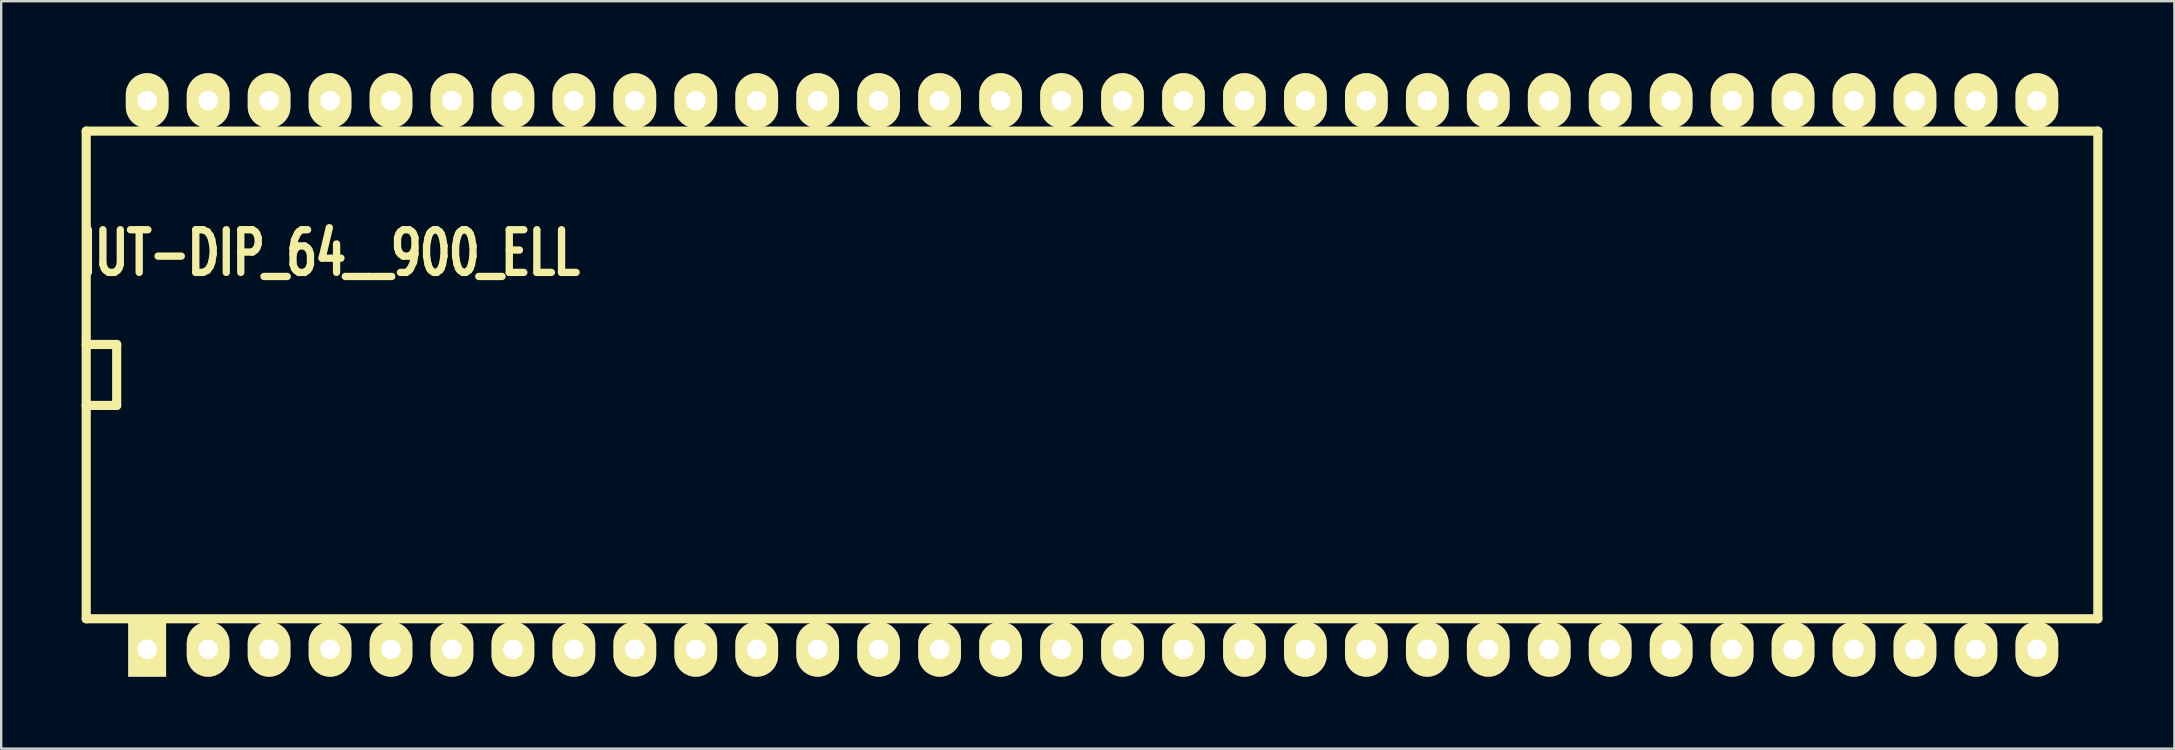
<source format=kicad_pcb>
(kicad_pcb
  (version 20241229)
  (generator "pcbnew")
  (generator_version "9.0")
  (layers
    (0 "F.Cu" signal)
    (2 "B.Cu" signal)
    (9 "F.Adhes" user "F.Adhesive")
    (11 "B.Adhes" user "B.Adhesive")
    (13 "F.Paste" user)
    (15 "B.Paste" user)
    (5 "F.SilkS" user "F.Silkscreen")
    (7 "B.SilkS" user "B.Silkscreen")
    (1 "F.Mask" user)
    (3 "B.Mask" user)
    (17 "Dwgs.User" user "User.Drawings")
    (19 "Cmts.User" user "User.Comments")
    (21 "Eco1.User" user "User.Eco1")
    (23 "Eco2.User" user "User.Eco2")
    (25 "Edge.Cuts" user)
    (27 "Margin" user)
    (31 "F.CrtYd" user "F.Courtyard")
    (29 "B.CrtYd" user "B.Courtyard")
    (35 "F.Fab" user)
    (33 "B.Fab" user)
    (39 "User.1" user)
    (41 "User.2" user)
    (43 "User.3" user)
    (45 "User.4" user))
  (footprint "IUT-DIP_64__900_ELL"
    (layer "F.Cu")
    (at 42.452 12.573)
    (property "Reference" "IUT-DIP_64__900_ELL" (at -31.75 -5.08 0) (layer "F.SilkS") (effects (font (size 1.778 1.27) (thickness 0.305))))
    (attr through_hole)
    (fp_line (start -41.91 -10.16) (end 41.91 -10.16) (stroke (width 0.381) (type solid)) (layer "F.SilkS"))
    (fp_line (start -41.91 1.27) (end -40.64 1.27) (stroke (width 0.381) (type solid)) (layer "F.SilkS"))
    (fp_line (start -41.91 10.16) (end -41.91 -10.16) (stroke (width 0.381) (type solid)) (layer "F.SilkS"))
    (fp_line (start -40.64 -1.27) (end -41.91 -1.27) (stroke (width 0.381) (type solid)) (layer "F.SilkS"))
    (fp_line (start -40.64 1.27) (end -40.64 -1.27) (stroke (width 0.381) (type solid)) (layer "F.SilkS"))
    (fp_line (start 41.91 -10.16) (end 41.91 10.16) (stroke (width 0.381) (type solid)) (layer "F.SilkS"))
    (fp_line (start 41.91 10.16) (end -41.91 10.16) (stroke (width 0.381) (type solid)) (layer "F.SilkS"))
    (pad "1" thru_hole rect (at -39.37 11.43) (size 1.575 2.286) (drill 0.813) (layers "*.Cu" "*.Mask" "F.SilkS"))
    (pad "2" thru_hole oval (at -36.83 11.43) (size 1.778 2.286) (drill 0.813) (layers "*.Cu" "*.Mask" "F.SilkS"))
    (pad "3" thru_hole oval (at -34.29 11.43) (size 1.778 2.286) (drill 0.813) (layers "*.Cu" "*.Mask" "F.SilkS"))
    (pad "4" thru_hole oval (at -31.75 11.43) (size 1.778 2.286) (drill 0.813) (layers "*.Cu" "*.Mask" "F.SilkS"))
    (pad "5" thru_hole oval (at -29.21 11.43) (size 1.778 2.286) (drill 0.813) (layers "*.Cu" "*.Mask" "F.SilkS"))
    (pad "6" thru_hole oval (at -26.67 11.43) (size 1.778 2.286) (drill 0.813) (layers "*.Cu" "*.Mask" "F.SilkS"))
    (pad "7" thru_hole oval (at -24.13 11.43) (size 1.778 2.286) (drill 0.813) (layers "*.Cu" "*.Mask" "F.SilkS"))
    (pad "8" thru_hole oval (at -21.59 11.43) (size 1.778 2.286) (drill 0.813) (layers "*.Cu" "*.Mask" "F.SilkS"))
    (pad "9" thru_hole oval (at -19.05 11.43) (size 1.778 2.286) (drill 0.813) (layers "*.Cu" "*.Mask" "F.SilkS"))
    (pad "10" thru_hole oval (at -16.51 11.43) (size 1.778 2.286) (drill 0.813) (layers "*.Cu" "*.Mask" "F.SilkS"))
    (pad "11" thru_hole oval (at -13.97 11.43) (size 1.778 2.286) (drill 0.813) (layers "*.Cu" "*.Mask" "F.SilkS"))
    (pad "12" thru_hole oval (at -11.43 11.43) (size 1.778 2.286) (drill 0.813) (layers "*.Cu" "*.Mask" "F.SilkS"))
    (pad "13" thru_hole oval (at -8.89 11.43) (size 1.778 2.286) (drill 0.813) (layers "*.Cu" "*.Mask" "F.SilkS"))
    (pad "14" thru_hole oval (at -6.35 11.43) (size 1.778 2.286) (drill 0.813) (layers "*.Cu" "*.Mask" "F.SilkS"))
    (pad "15" thru_hole oval (at -3.81 11.43) (size 1.778 2.286) (drill 0.813) (layers "*.Cu" "*.Mask" "F.SilkS"))
    (pad "16" thru_hole oval (at -1.27 11.43) (size 1.778 2.286) (drill 0.813) (layers "*.Cu" "*.Mask" "F.SilkS"))
    (pad "17" thru_hole oval (at 1.27 11.43) (size 1.778 2.286) (drill 0.813) (layers "*.Cu" "*.Mask" "F.SilkS"))
    (pad "18" thru_hole oval (at 3.81 11.43) (size 1.778 2.286) (drill 0.813) (layers "*.Cu" "*.Mask" "F.SilkS"))
    (pad "19" thru_hole oval (at 6.35 11.43) (size 1.778 2.286) (drill 0.813) (layers "*.Cu" "*.Mask" "F.SilkS"))
    (pad "20" thru_hole oval (at 8.89 11.43) (size 1.778 2.286) (drill 0.813) (layers "*.Cu" "*.Mask" "F.SilkS"))
    (pad "21" thru_hole oval (at 11.43 11.43) (size 1.778 2.286) (drill 0.813) (layers "*.Cu" "*.Mask" "F.SilkS"))
    (pad "22" thru_hole oval (at 13.97 11.43) (size 1.778 2.286) (drill 0.813) (layers "*.Cu" "*.Mask" "F.SilkS"))
    (pad "23" thru_hole oval (at 16.51 11.43) (size 1.778 2.286) (drill 0.813) (layers "*.Cu" "*.Mask" "F.SilkS"))
    (pad "24" thru_hole oval (at 19.05 11.43) (size 1.778 2.286) (drill 0.813) (layers "*.Cu" "*.Mask" "F.SilkS"))
    (pad "25" thru_hole oval (at 21.59 11.43) (size 1.778 2.286) (drill 0.813) (layers "*.Cu" "*.Mask" "F.SilkS"))
    (pad "26" thru_hole oval (at 24.13 11.43) (size 1.778 2.286) (drill 0.813) (layers "*.Cu" "*.Mask" "F.SilkS"))
    (pad "27" thru_hole oval (at 26.67 11.43) (size 1.778 2.286) (drill 0.813) (layers "*.Cu" "*.Mask" "F.SilkS"))
    (pad "28" thru_hole oval (at 29.21 11.43) (size 1.778 2.286) (drill 0.813) (layers "*.Cu" "*.Mask" "F.SilkS"))
    (pad "29" thru_hole oval (at 31.75 11.43) (size 1.778 2.286) (drill 0.813) (layers "*.Cu" "*.Mask" "F.SilkS"))
    (pad "30" thru_hole oval (at 34.29 11.43) (size 1.778 2.286) (drill 0.813) (layers "*.Cu" "*.Mask" "F.SilkS"))
    (pad "31" thru_hole oval (at 36.83 11.43) (size 1.778 2.286) (drill 0.813) (layers "*.Cu" "*.Mask" "F.SilkS"))
    (pad "32" thru_hole oval (at 39.37 11.43) (size 1.778 2.286) (drill 0.813) (layers "*.Cu" "*.Mask" "F.SilkS"))
    (pad "33" thru_hole oval (at 39.37 -11.43) (size 1.778 2.286) (drill 0.813) (layers "*.Cu" "*.Mask" "F.SilkS"))
    (pad "34" thru_hole oval (at 36.83 -11.43) (size 1.778 2.286) (drill 0.813) (layers "*.Cu" "*.Mask" "F.SilkS"))
    (pad "35" thru_hole oval (at 34.29 -11.43) (size 1.778 2.286) (drill 0.813) (layers "*.Cu" "*.Mask" "F.SilkS"))
    (pad "36" thru_hole oval (at 31.75 -11.43) (size 1.778 2.286) (drill 0.813) (layers "*.Cu" "*.Mask" "F.SilkS"))
    (pad "37" thru_hole oval (at 29.21 -11.43) (size 1.778 2.286) (drill 0.813) (layers "*.Cu" "*.Mask" "F.SilkS"))
    (pad "38" thru_hole oval (at 26.67 -11.43) (size 1.778 2.286) (drill 0.813) (layers "*.Cu" "*.Mask" "F.SilkS"))
    (pad "39" thru_hole oval (at 24.13 -11.43) (size 1.778 2.286) (drill 0.813) (layers "*.Cu" "*.Mask" "F.SilkS"))
    (pad "40" thru_hole oval (at 21.59 -11.43) (size 1.778 2.286) (drill 0.813) (layers "*.Cu" "*.Mask" "F.SilkS"))
    (pad "41" thru_hole oval (at 19.05 -11.43) (size 1.778 2.286) (drill 0.813) (layers "*.Cu" "*.Mask" "F.SilkS"))
    (pad "42" thru_hole oval (at 16.51 -11.43) (size 1.778 2.286) (drill 0.813) (layers "*.Cu" "*.Mask" "F.SilkS"))
    (pad "43" thru_hole oval (at 13.97 -11.43) (size 1.778 2.286) (drill 0.813) (layers "*.Cu" "*.Mask" "F.SilkS"))
    (pad "44" thru_hole oval (at 11.43 -11.43) (size 1.778 2.286) (drill 0.813) (layers "*.Cu" "*.Mask" "F.SilkS"))
    (pad "45" thru_hole oval (at 8.89 -11.43) (size 1.778 2.286) (drill 0.813) (layers "*.Cu" "*.Mask" "F.SilkS"))
    (pad "46" thru_hole oval (at 6.35 -11.43) (size 1.778 2.286) (drill 0.813) (layers "*.Cu" "*.Mask" "F.SilkS"))
    (pad "47" thru_hole oval (at 3.81 -11.43) (size 1.778 2.286) (drill 0.813) (layers "*.Cu" "*.Mask" "F.SilkS"))
    (pad "48" thru_hole oval (at 1.27 -11.43) (size 1.778 2.286) (drill 0.813) (layers "*.Cu" "*.Mask" "F.SilkS"))
    (pad "49" thru_hole oval (at -1.27 -11.43) (size 1.778 2.286) (drill 0.813) (layers "*.Cu" "*.Mask" "F.SilkS"))
    (pad "50" thru_hole oval (at -3.81 -11.43) (size 1.778 2.286) (drill 0.813) (layers "*.Cu" "*.Mask" "F.SilkS"))
    (pad "51" thru_hole oval (at -6.35 -11.43) (size 1.778 2.286) (drill 0.813) (layers "*.Cu" "*.Mask" "F.SilkS"))
    (pad "52" thru_hole oval (at -8.89 -11.43) (size 1.778 2.286) (drill 0.813) (layers "*.Cu" "*.Mask" "F.SilkS"))
    (pad "53" thru_hole oval (at -11.43 -11.43) (size 1.778 2.286) (drill 0.813) (layers "*.Cu" "*.Mask" "F.SilkS"))
    (pad "54" thru_hole oval (at -13.97 -11.43) (size 1.778 2.286) (drill 0.813) (layers "*.Cu" "*.Mask" "F.SilkS"))
    (pad "55" thru_hole oval (at -16.51 -11.43) (size 1.778 2.286) (drill 0.813) (layers "*.Cu" "*.Mask" "F.SilkS"))
    (pad "56" thru_hole oval (at -19.05 -11.43) (size 1.778 2.286) (drill 0.813) (layers "*.Cu" "*.Mask" "F.SilkS"))
    (pad "57" thru_hole oval (at -21.59 -11.43) (size 1.778 2.286) (drill 0.813) (layers "*.Cu" "*.Mask" "F.SilkS"))
    (pad "58" thru_hole oval (at -24.13 -11.43) (size 1.778 2.286) (drill 0.813) (layers "*.Cu" "*.Mask" "F.SilkS"))
    (pad "59" thru_hole oval (at -26.67 -11.43) (size 1.778 2.286) (drill 0.813) (layers "*.Cu" "*.Mask" "F.SilkS"))
    (pad "60" thru_hole oval (at -29.21 -11.43) (size 1.778 2.286) (drill 0.813) (layers "*.Cu" "*.Mask" "F.SilkS"))
    (pad "61" thru_hole oval (at -31.75 -11.43) (size 1.778 2.286) (drill 0.813) (layers "*.Cu" "*.Mask" "F.SilkS"))
    (pad "62" thru_hole oval (at -34.29 -11.43) (size 1.778 2.286) (drill 0.813) (layers "*.Cu" "*.Mask" "F.SilkS"))
    (pad "63" thru_hole oval (at -36.83 -11.43) (size 1.778 2.286) (drill 0.813) (layers "*.Cu" "*.Mask" "F.SilkS"))
    (pad "64" thru_hole oval (at -39.37 -11.43) (size 1.778 2.286) (drill 0.813) (layers "*.Cu" "*.Mask" "F.SilkS")))
  (gr_rect
    (start -3 -3)
    (end 87.552 28.146)
    (stroke (width 0.1) (type default))
    (fill no)
    (layer "Edge.Cuts")))
</source>
